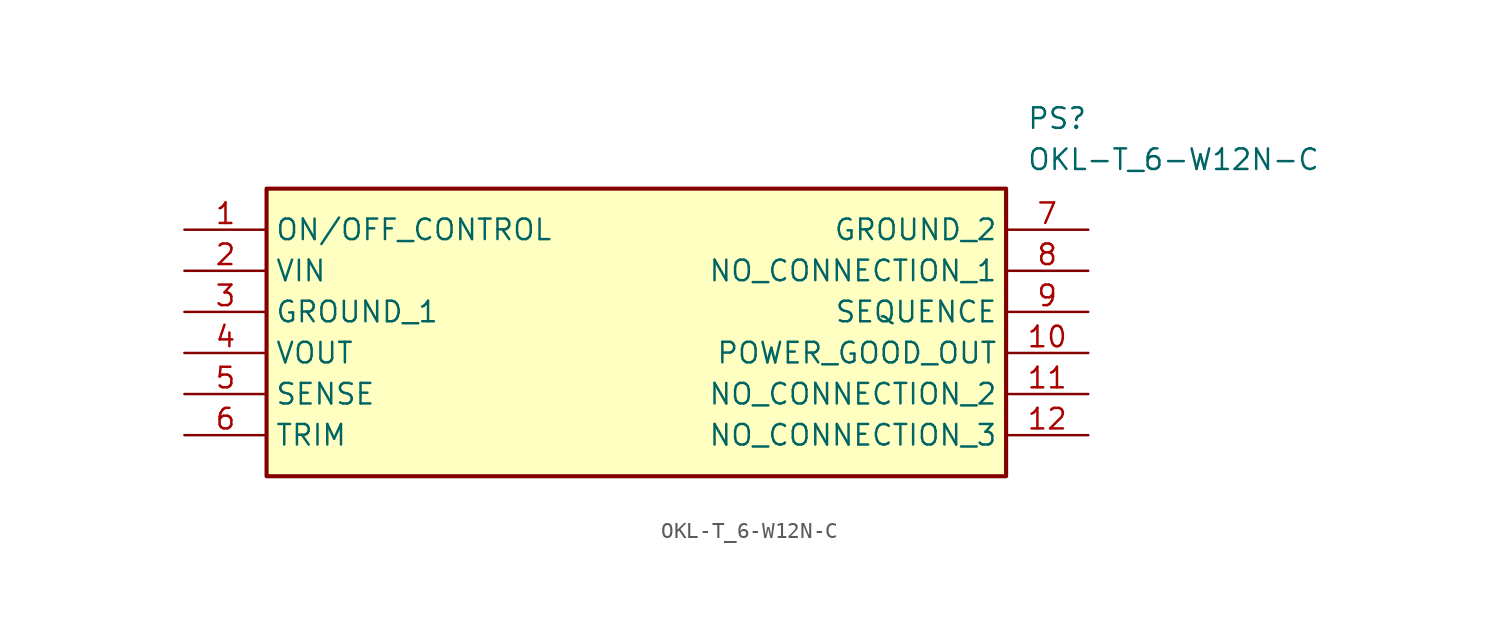
<source format=kicad_sym>
(kicad_symbol_lib
  (version 20211014)
  (generator SamacSys_ECAD_Model)
  (symbol "OKL-T_6-W12N-C"
    (property "Reference" "PS"
      (at 52.07 7.62 0)
      (effects (font (size 1.27 1.27)) (justify left top)))
    (property "Value" "OKL-T_6-W12N-C"
      (at 52.07 5.08 0)
      (effects (font (size 1.27 1.27)) (justify left top)))
    (rectangle
      (start 5.08 2.54)
      (end 50.8 -15.24)
      (stroke (width 0.254) (type default))
      (fill (type background)))
    (pin passive line
      (at 0 0 0)
      (length 5.08)
      (name "ON/OFF_CONTROL" (effects (font (size 1.27 1.27))))
      (number "1" (effects (font (size 1.27 1.27)))))
    (pin passive line
      (at 0 -2.54 0)
      (length 5.08)
      (name "VIN" (effects (font (size 1.27 1.27))))
      (number "2" (effects (font (size 1.27 1.27)))))
    (pin passive line
      (at 0 -5.08 0)
      (length 5.08)
      (name "GROUND_1" (effects (font (size 1.27 1.27))))
      (number "3" (effects (font (size 1.27 1.27)))))
    (pin passive line
      (at 0 -7.62 0)
      (length 5.08)
      (name "VOUT" (effects (font (size 1.27 1.27))))
      (number "4" (effects (font (size 1.27 1.27)))))
    (pin passive line
      (at 0 -10.16 0)
      (length 5.08)
      (name "SENSE" (effects (font (size 1.27 1.27))))
      (number "5" (effects (font (size 1.27 1.27)))))
    (pin passive line
      (at 0 -12.7 0)
      (length 5.08)
      (name "TRIM" (effects (font (size 1.27 1.27))))
      (number "6" (effects (font (size 1.27 1.27)))))
    (pin passive line
      (at 55.88 0 180)
      (length 5.08)
      (name "GROUND_2" (effects (font (size 1.27 1.27))))
      (number "7" (effects (font (size 1.27 1.27)))))
    (pin passive line
      (at 55.88 -2.54 180)
      (length 5.08)
      (name "NO_CONNECTION_1" (effects (font (size 1.27 1.27))))
      (number "8" (effects (font (size 1.27 1.27)))))
    (pin passive line
      (at 55.88 -5.08 180)
      (length 5.08)
      (name "SEQUENCE" (effects (font (size 1.27 1.27))))
      (number "9" (effects (font (size 1.27 1.27)))))
    (pin passive line
      (at 55.88 -7.62 180)
      (length 5.08)
      (name "POWER_GOOD_OUT" (effects (font (size 1.27 1.27))))
      (number "10" (effects (font (size 1.27 1.27)))))
    (pin passive line
      (at 55.88 -10.16 180)
      (length 5.08)
      (name "NO_CONNECTION_2" (effects (font (size 1.27 1.27))))
      (number "11" (effects (font (size 1.27 1.27)))))
    (pin passive line
      (at 55.88 -12.7 180)
      (length 5.08)
      (name "NO_CONNECTION_3" (effects (font (size 1.27 1.27))))
      (number "12" (effects (font (size 1.27 1.27)))))))
</source>
